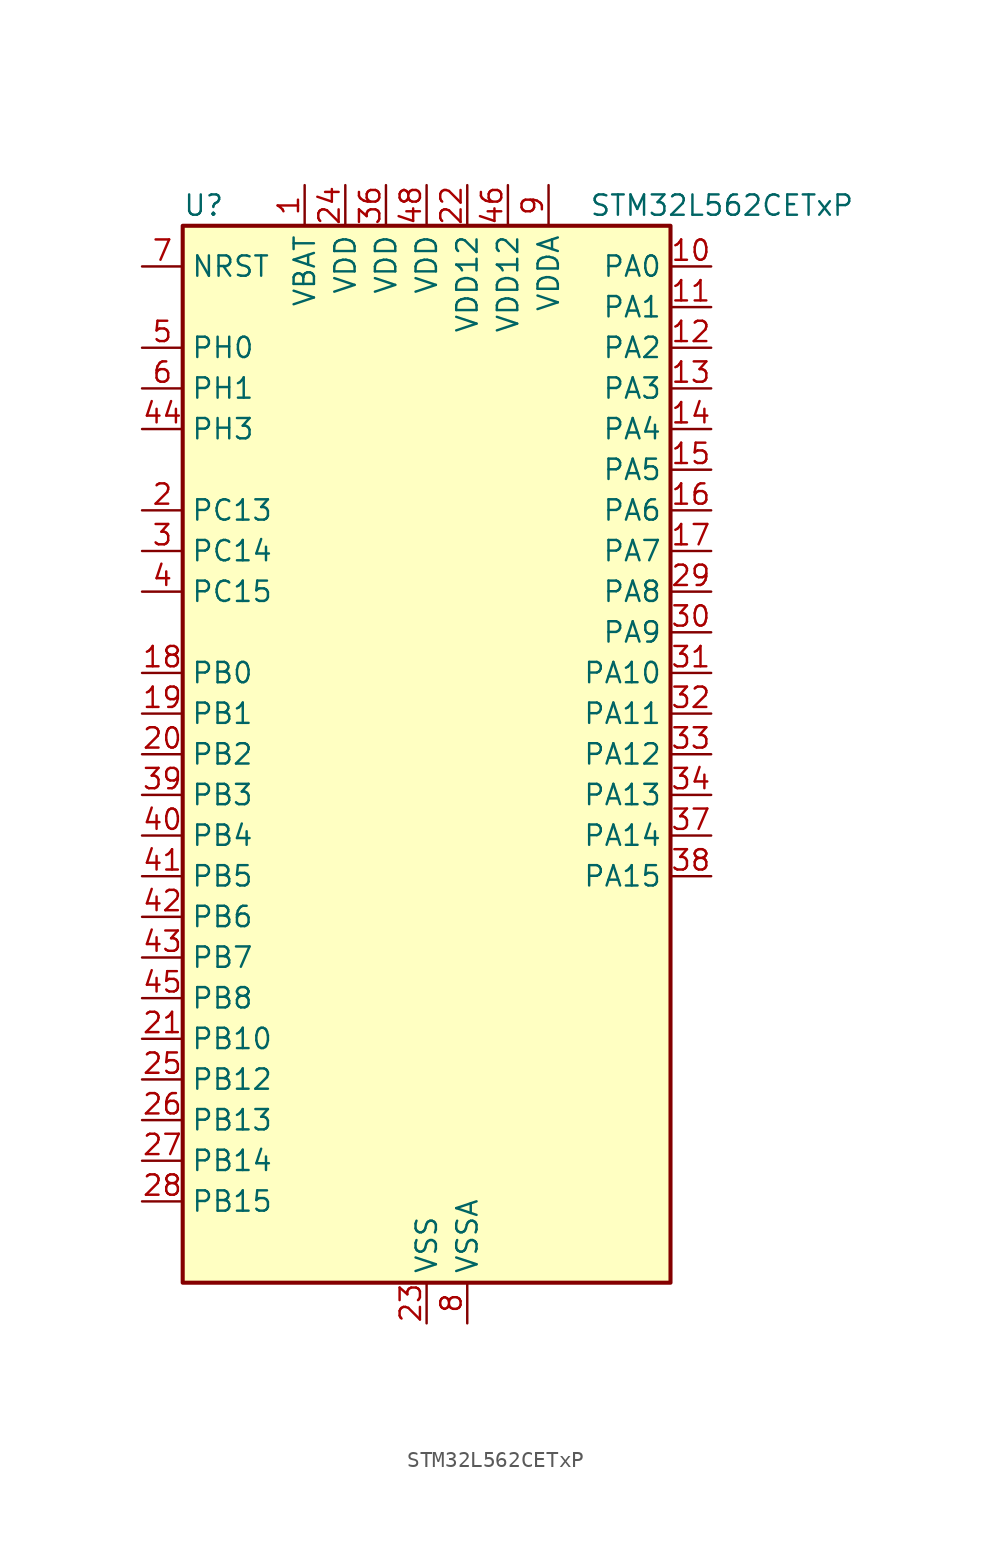
<source format=kicad_sym>
(kicad_symbol_lib
  (version 20231120)
  (generator "kicad_symbol_editor")
  (generator_version "8.0")
  (symbol "STM32L562CETxP"
    (property "Reference" "U"
      (at -15.24 34.29 0)
      (effects (font (size 1.27 1.27)) (justify left)))
    (property "Value" "STM32L562CETxP"
      (at 10.16 34.29 0)
      (effects (font (size 1.27 1.27)) (justify left)))
    (property "ki_locked" ""
      (at 0 0 0)
      (effects (font (size 1.27 1.27))))
    (symbol "STM32L562CETxP_0_1"
      (rectangle (start -15.24 -33.02) (end 15.24 33.02) (stroke (width 0.254) (type default)) (fill (type background))))
    (symbol "STM32L562CETxP_1_1"
      (pin power_in line (at -7.62 35.56 270) (length 2.54) (name "VBAT" (effects (font (size 1.27 1.27)))) (number "1" (effects (font (size 1.27 1.27)))))
      (pin bidirectional line (at 17.78 30.48 180) (length 2.54) (name "PA0" (effects (font (size 1.27 1.27)))) (number "10" (effects (font (size 1.27 1.27)))) (alternate "ADC1_IN5" bidirectional line) (alternate "ADC2_IN5" bidirectional line) (alternate "OPAMP1_VINP" bidirectional line) (alternate "PWR_WKUP1" bidirectional line) (alternate "SAI1_EXTCLK" bidirectional line) (alternate "TAMP_IN2" bidirectional line) (alternate "TAMP_OUT1" bidirectional line) (alternate "TIM2_CH1" bidirectional line) (alternate "TIM2_ETR" bidirectional line) (alternate "TIM5_CH1" bidirectional line) (alternate "TIM8_ETR" bidirectional line) (alternate "UART4_TX" bidirectional line) (alternate "USART2_CTS" bidirectional line) (alternate "USART2_NSS" bidirectional line))
      (pin bidirectional line (at 17.78 27.94 180) (length 2.54) (name "PA1" (effects (font (size 1.27 1.27)))) (number "11" (effects (font (size 1.27 1.27)))) (alternate "ADC1_IN6" bidirectional line) (alternate "ADC2_IN6" bidirectional line) (alternate "I2C1_SMBA" bidirectional line) (alternate "OCTOSPI1_DQS" bidirectional line) (alternate "OPAMP1_VINM" bidirectional line) (alternate "SPI1_SCK" bidirectional line) (alternate "TAMP_IN5" bidirectional line) (alternate "TAMP_OUT4" bidirectional line) (alternate "TIM15_CH1N" bidirectional line) (alternate "TIM2_CH2" bidirectional line) (alternate "TIM5_CH2" bidirectional line) (alternate "UART4_RX" bidirectional line) (alternate "USART2_DE" bidirectional line) (alternate "USART2_RTS" bidirectional line))
      (pin bidirectional line (at 17.78 25.4 180) (length 2.54) (name "PA2" (effects (font (size 1.27 1.27)))) (number "12" (effects (font (size 1.27 1.27)))) (alternate "ADC1_IN7" bidirectional line) (alternate "ADC2_IN7" bidirectional line) (alternate "COMP1_INP" bidirectional line) (alternate "LPUART1_TX" bidirectional line) (alternate "OCTOSPI1_NCS" bidirectional line) (alternate "PWR_WKUP4" bidirectional line) (alternate "RCC_LSCO" bidirectional line) (alternate "SAI2_EXTCLK" bidirectional line) (alternate "TIM15_CH1" bidirectional line) (alternate "TIM2_CH3" bidirectional line) (alternate "TIM5_CH3" bidirectional line) (alternate "UCPD1_FRSTX1" bidirectional line) (alternate "USART2_TX" bidirectional line))
      (pin bidirectional line (at 17.78 22.86 180) (length 2.54) (name "PA3" (effects (font (size 1.27 1.27)))) (number "13" (effects (font (size 1.27 1.27)))) (alternate "ADC1_IN8" bidirectional line) (alternate "ADC2_IN8" bidirectional line) (alternate "LPUART1_RX" bidirectional line) (alternate "OCTOSPI1_CLK" bidirectional line) (alternate "OPAMP1_VOUT" bidirectional line) (alternate "SAI1_CK1" bidirectional line) (alternate "SAI1_MCLK_A" bidirectional line) (alternate "TIM15_CH2" bidirectional line) (alternate "TIM2_CH4" bidirectional line) (alternate "TIM5_CH4" bidirectional line) (alternate "USART2_RX" bidirectional line))
      (pin bidirectional line (at 17.78 20.32 180) (length 2.54) (name "PA4" (effects (font (size 1.27 1.27)))) (number "14" (effects (font (size 1.27 1.27)))) (alternate "ADC1_IN9" bidirectional line) (alternate "ADC2_IN9" bidirectional line) (alternate "DAC1_OUT1" bidirectional line) (alternate "LPTIM2_OUT" bidirectional line) (alternate "OCTOSPI1_NCS" bidirectional line) (alternate "SAI1_FS_B" bidirectional line) (alternate "SPI1_NSS" bidirectional line) (alternate "SPI3_NSS" bidirectional line) (alternate "USART2_CK" bidirectional line))
      (pin bidirectional line (at 17.78 17.78 180) (length 2.54) (name "PA5" (effects (font (size 1.27 1.27)))) (number "15" (effects (font (size 1.27 1.27)))) (alternate "ADC1_IN10" bidirectional line) (alternate "ADC2_IN10" bidirectional line) (alternate "DAC1_OUT2" bidirectional line) (alternate "LPTIM2_ETR" bidirectional line) (alternate "SPI1_SCK" bidirectional line) (alternate "TIM2_CH1" bidirectional line) (alternate "TIM2_ETR" bidirectional line) (alternate "TIM8_CH1N" bidirectional line))
      (pin bidirectional line (at 17.78 15.24 180) (length 2.54) (name "PA6" (effects (font (size 1.27 1.27)))) (number "16" (effects (font (size 1.27 1.27)))) (alternate "ADC1_IN11" bidirectional line) (alternate "ADC2_IN11" bidirectional line) (alternate "LPUART1_CTS" bidirectional line) (alternate "OCTOSPI1_IO3" bidirectional line) (alternate "OPAMP2_VINP" bidirectional line) (alternate "SPI1_MISO" bidirectional line) (alternate "TIM16_CH1" bidirectional line) (alternate "TIM1_BKIN" bidirectional line) (alternate "TIM3_CH1" bidirectional line) (alternate "TIM8_BKIN" bidirectional line) (alternate "USART3_CTS" bidirectional line) (alternate "USART3_NSS" bidirectional line))
      (pin bidirectional line (at 17.78 12.7 180) (length 2.54) (name "PA7" (effects (font (size 1.27 1.27)))) (number "17" (effects (font (size 1.27 1.27)))) (alternate "ADC1_IN12" bidirectional line) (alternate "ADC2_IN12" bidirectional line) (alternate "I2C3_SCL" bidirectional line) (alternate "OCTOSPI1_IO2" bidirectional line) (alternate "OPAMP2_VINM" bidirectional line) (alternate "SPI1_MOSI" bidirectional line) (alternate "TIM17_CH1" bidirectional line) (alternate "TIM1_CH1N" bidirectional line) (alternate "TIM3_CH2" bidirectional line) (alternate "TIM8_CH1N" bidirectional line))
      (pin bidirectional line (at -17.78 5.08 0) (length 2.54) (name "PB0" (effects (font (size 1.27 1.27)))) (number "18" (effects (font (size 1.27 1.27)))) (alternate "ADC1_IN15" bidirectional line) (alternate "ADC2_IN15" bidirectional line) (alternate "COMP1_OUT" bidirectional line) (alternate "OCTOSPI1_IO1" bidirectional line) (alternate "OPAMP2_VOUT" bidirectional line) (alternate "SAI1_EXTCLK" bidirectional line) (alternate "SPI1_NSS" bidirectional line) (alternate "TIM1_CH2N" bidirectional line) (alternate "TIM3_CH3" bidirectional line) (alternate "TIM8_CH2N" bidirectional line) (alternate "USART3_CK" bidirectional line))
      (pin bidirectional line (at -17.78 2.54 0) (length 2.54) (name "PB1" (effects (font (size 1.27 1.27)))) (number "19" (effects (font (size 1.27 1.27)))) (alternate "ADC1_IN16" bidirectional line) (alternate "ADC2_IN16" bidirectional line) (alternate "COMP1_INM" bidirectional line) (alternate "DFSDM1_DATIN0" bidirectional line) (alternate "LPTIM2_IN1" bidirectional line) (alternate "LPUART1_DE" bidirectional line) (alternate "LPUART1_RTS" bidirectional line) (alternate "OCTOSPI1_IO0" bidirectional line) (alternate "TIM1_CH3N" bidirectional line) (alternate "TIM3_CH4" bidirectional line) (alternate "TIM8_CH3N" bidirectional line) (alternate "USART3_DE" bidirectional line) (alternate "USART3_RTS" bidirectional line))
      (pin bidirectional line (at -17.78 15.24 0) (length 2.54) (name "PC13" (effects (font (size 1.27 1.27)))) (number "2" (effects (font (size 1.27 1.27)))) (alternate "PWR_WKUP2" bidirectional line) (alternate "RTC_OUT1" bidirectional line) (alternate "RTC_TS" bidirectional line) (alternate "TAMP_IN1" bidirectional line) (alternate "TAMP_OUT2" bidirectional line))
      (pin bidirectional line (at -17.78 0 0) (length 2.54) (name "PB2" (effects (font (size 1.27 1.27)))) (number "20" (effects (font (size 1.27 1.27)))) (alternate "COMP1_INP" bidirectional line) (alternate "DFSDM1_CKIN0" bidirectional line) (alternate "I2C3_SMBA" bidirectional line) (alternate "LPTIM1_OUT" bidirectional line) (alternate "OCTOSPI1_DQS" bidirectional line) (alternate "RTC_OUT2" bidirectional line) (alternate "UCPD1_FRSTX1" bidirectional line))
      (pin bidirectional line (at -17.78 -17.78 0) (length 2.54) (name "PB10" (effects (font (size 1.27 1.27)))) (number "21" (effects (font (size 1.27 1.27)))) (alternate "COMP1_OUT" bidirectional line) (alternate "I2C2_SCL" bidirectional line) (alternate "I2C4_SCL" bidirectional line) (alternate "LPTIM3_OUT" bidirectional line) (alternate "LPUART1_RX" bidirectional line) (alternate "OCTOSPI1_CLK" bidirectional line) (alternate "SAI1_SCK_A" bidirectional line) (alternate "SPI2_SCK" bidirectional line) (alternate "TIM2_CH3" bidirectional line) (alternate "TSC_SYNC" bidirectional line) (alternate "USART3_TX" bidirectional line))
      (pin power_in line (at 2.54 35.56 270) (length 2.54) (name "VDD12" (effects (font (size 1.27 1.27)))) (number "22" (effects (font (size 1.27 1.27)))))
      (pin power_in line (at 0 -35.56 90) (length 2.54) (name "VSS" (effects (font (size 1.27 1.27)))) (number "23" (effects (font (size 1.27 1.27)))))
      (pin power_in line (at -5.08 35.56 270) (length 2.54) (name "VDD" (effects (font (size 1.27 1.27)))) (number "24" (effects (font (size 1.27 1.27)))))
      (pin bidirectional line (at -17.78 -20.32 0) (length 2.54) (name "PB12" (effects (font (size 1.27 1.27)))) (number "25" (effects (font (size 1.27 1.27)))) (alternate "DFSDM1_DATIN1" bidirectional line) (alternate "I2C2_SMBA" bidirectional line) (alternate "LPUART1_DE" bidirectional line) (alternate "LPUART1_RTS" bidirectional line) (alternate "OCTOSPI1_NCLK" bidirectional line) (alternate "SAI2_FS_A" bidirectional line) (alternate "SPI2_NSS" bidirectional line) (alternate "TIM15_BKIN" bidirectional line) (alternate "TIM1_BKIN" bidirectional line) (alternate "TSC_G1_IO1" bidirectional line) (alternate "USART3_CK" bidirectional line))
      (pin bidirectional line (at -17.78 -22.86 0) (length 2.54) (name "PB13" (effects (font (size 1.27 1.27)))) (number "26" (effects (font (size 1.27 1.27)))) (alternate "DFSDM1_CKIN1" bidirectional line) (alternate "I2C2_SCL" bidirectional line) (alternate "LPTIM3_IN1" bidirectional line) (alternate "LPUART1_CTS" bidirectional line) (alternate "SAI2_SCK_A" bidirectional line) (alternate "SPI2_SCK" bidirectional line) (alternate "TIM15_CH1N" bidirectional line) (alternate "TIM1_CH1N" bidirectional line) (alternate "TSC_G1_IO2" bidirectional line) (alternate "UCPD1_FRSTX2" bidirectional line) (alternate "USART3_CTS" bidirectional line) (alternate "USART3_NSS" bidirectional line))
      (pin bidirectional line (at -17.78 -25.4 0) (length 2.54) (name "PB14" (effects (font (size 1.27 1.27)))) (number "27" (effects (font (size 1.27 1.27)))) (alternate "DFSDM1_DATIN2" bidirectional line) (alternate "I2C2_SDA" bidirectional line) (alternate "LPTIM3_ETR" bidirectional line) (alternate "SAI2_MCLK_A" bidirectional line) (alternate "SPI2_MISO" bidirectional line) (alternate "TIM15_CH1" bidirectional line) (alternate "TIM1_CH2N" bidirectional line) (alternate "TIM8_CH2N" bidirectional line) (alternate "TSC_G1_IO3" bidirectional line) (alternate "UCPD1_DBCC2" bidirectional line) (alternate "USART3_DE" bidirectional line) (alternate "USART3_RTS" bidirectional line))
      (pin bidirectional line (at -17.78 -27.94 0) (length 2.54) (name "PB15" (effects (font (size 1.27 1.27)))) (number "28" (effects (font (size 1.27 1.27)))) (alternate "ADC1_EXTI15" bidirectional line) (alternate "ADC2_EXTI15" bidirectional line) (alternate "DFSDM1_CKIN2" bidirectional line) (alternate "RTC_REFIN" bidirectional line) (alternate "SAI2_SD_A" bidirectional line) (alternate "SPI2_MOSI" bidirectional line) (alternate "TIM15_CH2" bidirectional line) (alternate "TIM1_CH3N" bidirectional line) (alternate "TIM8_CH3N" bidirectional line) (alternate "UCPD1_CC2" bidirectional line))
      (pin bidirectional line (at 17.78 10.16 180) (length 2.54) (name "PA8" (effects (font (size 1.27 1.27)))) (number "29" (effects (font (size 1.27 1.27)))) (alternate "LPTIM2_OUT" bidirectional line) (alternate "RCC_MCO" bidirectional line) (alternate "SAI1_CK2" bidirectional line) (alternate "SAI1_SCK_A" bidirectional line) (alternate "TIM1_CH1" bidirectional line) (alternate "USART1_CK" bidirectional line))
      (pin bidirectional line (at -17.78 12.7 0) (length 2.54) (name "PC14" (effects (font (size 1.27 1.27)))) (number "3" (effects (font (size 1.27 1.27)))) (alternate "RCC_OSC32_IN" bidirectional line))
      (pin bidirectional line (at 17.78 7.62 180) (length 2.54) (name "PA9" (effects (font (size 1.27 1.27)))) (number "30" (effects (font (size 1.27 1.27)))) (alternate "DAC1_EXTI9" bidirectional line) (alternate "SAI1_FS_A" bidirectional line) (alternate "SPI2_SCK" bidirectional line) (alternate "TIM15_BKIN" bidirectional line) (alternate "TIM1_CH2" bidirectional line) (alternate "USART1_TX" bidirectional line))
      (pin bidirectional line (at 17.78 5.08 180) (length 2.54) (name "PA10" (effects (font (size 1.27 1.27)))) (number "31" (effects (font (size 1.27 1.27)))) (alternate "CRS_SYNC" bidirectional line) (alternate "SAI1_D1" bidirectional line) (alternate "SAI1_SD_A" bidirectional line) (alternate "TIM17_BKIN" bidirectional line) (alternate "TIM1_CH3" bidirectional line) (alternate "USART1_RX" bidirectional line))
      (pin bidirectional line (at 17.78 2.54 180) (length 2.54) (name "PA11" (effects (font (size 1.27 1.27)))) (number "32" (effects (font (size 1.27 1.27)))) (alternate "ADC1_EXTI11" bidirectional line) (alternate "ADC2_EXTI11" bidirectional line) (alternate "FDCAN1_RX" bidirectional line) (alternate "SPI1_MISO" bidirectional line) (alternate "TIM1_BKIN2" bidirectional line) (alternate "TIM1_CH4" bidirectional line) (alternate "USART1_CTS" bidirectional line) (alternate "USART1_NSS" bidirectional line) (alternate "USB_DM" bidirectional line))
      (pin bidirectional line (at 17.78 0 180) (length 2.54) (name "PA12" (effects (font (size 1.27 1.27)))) (number "33" (effects (font (size 1.27 1.27)))) (alternate "FDCAN1_TX" bidirectional line) (alternate "SPI1_MOSI" bidirectional line) (alternate "TIM1_ETR" bidirectional line) (alternate "USART1_DE" bidirectional line) (alternate "USART1_RTS" bidirectional line) (alternate "USB_DP" bidirectional line))
      (pin bidirectional line (at 17.78 -2.54 180) (length 2.54) (name "PA13" (effects (font (size 1.27 1.27)))) (number "34" (effects (font (size 1.27 1.27)))) (alternate "DEBUG_JTMS-SWDIO" bidirectional line) (alternate "IR_OUT" bidirectional line) (alternate "SAI1_SD_B" bidirectional line) (alternate "USB_NOE" bidirectional line))
      (pin passive line (at 0 -35.56 90) (length 2.54) hide (name "VSS" (effects (font (size 1.27 1.27)))) (number "35" (effects (font (size 1.27 1.27)))))
      (pin power_in line (at -2.54 35.56 270) (length 2.54) (name "VDD" (effects (font (size 1.27 1.27)))) (number "36" (effects (font (size 1.27 1.27)))))
      (pin bidirectional line (at 17.78 -5.08 180) (length 2.54) (name "PA14" (effects (font (size 1.27 1.27)))) (number "37" (effects (font (size 1.27 1.27)))) (alternate "DEBUG_JTCK-SWCLK" bidirectional line) (alternate "I2C1_SMBA" bidirectional line) (alternate "I2C4_SMBA" bidirectional line) (alternate "LPTIM1_OUT" bidirectional line) (alternate "SAI1_FS_B" bidirectional line))
      (pin bidirectional line (at 17.78 -7.62 180) (length 2.54) (name "PA15" (effects (font (size 1.27 1.27)))) (number "38" (effects (font (size 1.27 1.27)))) (alternate "ADC1_EXTI15" bidirectional line) (alternate "ADC2_EXTI15" bidirectional line) (alternate "DEBUG_JTDI" bidirectional line) (alternate "SAI2_FS_B" bidirectional line) (alternate "SPI1_NSS" bidirectional line) (alternate "SPI3_NSS" bidirectional line) (alternate "TIM2_CH1" bidirectional line) (alternate "TIM2_ETR" bidirectional line) (alternate "UART4_DE" bidirectional line) (alternate "UART4_RTS" bidirectional line) (alternate "UCPD1_CC1" bidirectional line) (alternate "USART2_RX" bidirectional line) (alternate "USART3_DE" bidirectional line) (alternate "USART3_RTS" bidirectional line))
      (pin bidirectional line (at -17.78 -2.54 0) (length 2.54) (name "PB3" (effects (font (size 1.27 1.27)))) (number "39" (effects (font (size 1.27 1.27)))) (alternate "COMP2_INM" bidirectional line) (alternate "CRS_SYNC" bidirectional line) (alternate "DEBUG_JTDO-SWO" bidirectional line) (alternate "SAI1_SCK_B" bidirectional line) (alternate "SPI1_SCK" bidirectional line) (alternate "SPI3_SCK" bidirectional line) (alternate "TIM2_CH2" bidirectional line) (alternate "USART1_DE" bidirectional line) (alternate "USART1_RTS" bidirectional line))
      (pin bidirectional line (at -17.78 10.16 0) (length 2.54) (name "PC15" (effects (font (size 1.27 1.27)))) (number "4" (effects (font (size 1.27 1.27)))) (alternate "ADC1_EXTI15" bidirectional line) (alternate "ADC2_EXTI15" bidirectional line) (alternate "RCC_OSC32_OUT" bidirectional line))
      (pin bidirectional line (at -17.78 -5.08 0) (length 2.54) (name "PB4" (effects (font (size 1.27 1.27)))) (number "40" (effects (font (size 1.27 1.27)))) (alternate "COMP2_INP" bidirectional line) (alternate "DEBUG_JTRST" bidirectional line) (alternate "I2C3_SDA" bidirectional line) (alternate "SAI1_MCLK_B" bidirectional line) (alternate "SPI1_MISO" bidirectional line) (alternate "SPI3_MISO" bidirectional line) (alternate "TIM17_BKIN" bidirectional line) (alternate "TIM3_CH1" bidirectional line) (alternate "TSC_G2_IO1" bidirectional line) (alternate "USART1_CTS" bidirectional line) (alternate "USART1_NSS" bidirectional line))
      (pin bidirectional line (at -17.78 -7.62 0) (length 2.54) (name "PB5" (effects (font (size 1.27 1.27)))) (number "41" (effects (font (size 1.27 1.27)))) (alternate "COMP2_OUT" bidirectional line) (alternate "I2C1_SMBA" bidirectional line) (alternate "LPTIM1_IN1" bidirectional line) (alternate "OCTOSPI1_NCLK" bidirectional line) (alternate "SAI1_SD_B" bidirectional line) (alternate "SPI1_MOSI" bidirectional line) (alternate "SPI3_MOSI" bidirectional line) (alternate "TIM16_BKIN" bidirectional line) (alternate "TIM3_CH2" bidirectional line) (alternate "TSC_G2_IO2" bidirectional line) (alternate "UCPD1_DBCC1" bidirectional line) (alternate "USART1_CK" bidirectional line))
      (pin bidirectional line (at -17.78 -10.16 0) (length 2.54) (name "PB6" (effects (font (size 1.27 1.27)))) (number "42" (effects (font (size 1.27 1.27)))) (alternate "COMP2_INP" bidirectional line) (alternate "I2C1_SCL" bidirectional line) (alternate "I2C4_SCL" bidirectional line) (alternate "LPTIM1_ETR" bidirectional line) (alternate "SAI1_FS_B" bidirectional line) (alternate "TIM16_CH1N" bidirectional line) (alternate "TIM4_CH1" bidirectional line) (alternate "TIM8_BKIN2" bidirectional line) (alternate "TSC_G2_IO3" bidirectional line) (alternate "USART1_TX" bidirectional line))
      (pin bidirectional line (at -17.78 -12.7 0) (length 2.54) (name "PB7" (effects (font (size 1.27 1.27)))) (number "43" (effects (font (size 1.27 1.27)))) (alternate "COMP2_INM" bidirectional line) (alternate "I2C1_SDA" bidirectional line) (alternate "I2C4_SDA" bidirectional line) (alternate "LPTIM1_IN2" bidirectional line) (alternate "PWR_PVD_IN" bidirectional line) (alternate "TIM17_CH1N" bidirectional line) (alternate "TIM4_CH2" bidirectional line) (alternate "TIM8_BKIN" bidirectional line) (alternate "TSC_G2_IO4" bidirectional line) (alternate "UART4_CTS" bidirectional line) (alternate "USART1_RX" bidirectional line))
      (pin bidirectional line (at -17.78 20.32 0) (length 2.54) (name "PH3" (effects (font (size 1.27 1.27)))) (number "44" (effects (font (size 1.27 1.27)))))
      (pin bidirectional line (at -17.78 -15.24 0) (length 2.54) (name "PB8" (effects (font (size 1.27 1.27)))) (number "45" (effects (font (size 1.27 1.27)))) (alternate "DFSDM1_CKOUT" bidirectional line) (alternate "FDCAN1_RX" bidirectional line) (alternate "I2C1_SCL" bidirectional line) (alternate "SAI1_CK1" bidirectional line) (alternate "SAI1_MCLK_A" bidirectional line) (alternate "TIM16_CH1" bidirectional line) (alternate "TIM4_CH3" bidirectional line))
      (pin power_in line (at 5.08 35.56 270) (length 2.54) (name "VDD12" (effects (font (size 1.27 1.27)))) (number "46" (effects (font (size 1.27 1.27)))))
      (pin passive line (at 0 -35.56 90) (length 2.54) hide (name "VSS" (effects (font (size 1.27 1.27)))) (number "47" (effects (font (size 1.27 1.27)))))
      (pin power_in line (at 0 35.56 270) (length 2.54) (name "VDD" (effects (font (size 1.27 1.27)))) (number "48" (effects (font (size 1.27 1.27)))))
      (pin bidirectional line (at -17.78 25.4 0) (length 2.54) (name "PH0" (effects (font (size 1.27 1.27)))) (number "5" (effects (font (size 1.27 1.27)))) (alternate "RCC_OSC_IN" bidirectional line))
      (pin bidirectional line (at -17.78 22.86 0) (length 2.54) (name "PH1" (effects (font (size 1.27 1.27)))) (number "6" (effects (font (size 1.27 1.27)))) (alternate "RCC_OSC_OUT" bidirectional line))
      (pin input line (at -17.78 30.48 0) (length 2.54) (name "NRST" (effects (font (size 1.27 1.27)))) (number "7" (effects (font (size 1.27 1.27)))))
      (pin power_in line (at 2.54 -35.56 90) (length 2.54) (name "VSSA" (effects (font (size 1.27 1.27)))) (number "8" (effects (font (size 1.27 1.27)))))
      (pin power_in line (at 7.62 35.56 270) (length 2.54) (name "VDDA" (effects (font (size 1.27 1.27)))) (number "9" (effects (font (size 1.27 1.27)))) (alternate "VREFBUF_OUT" bidirectional line)))))
</source>
